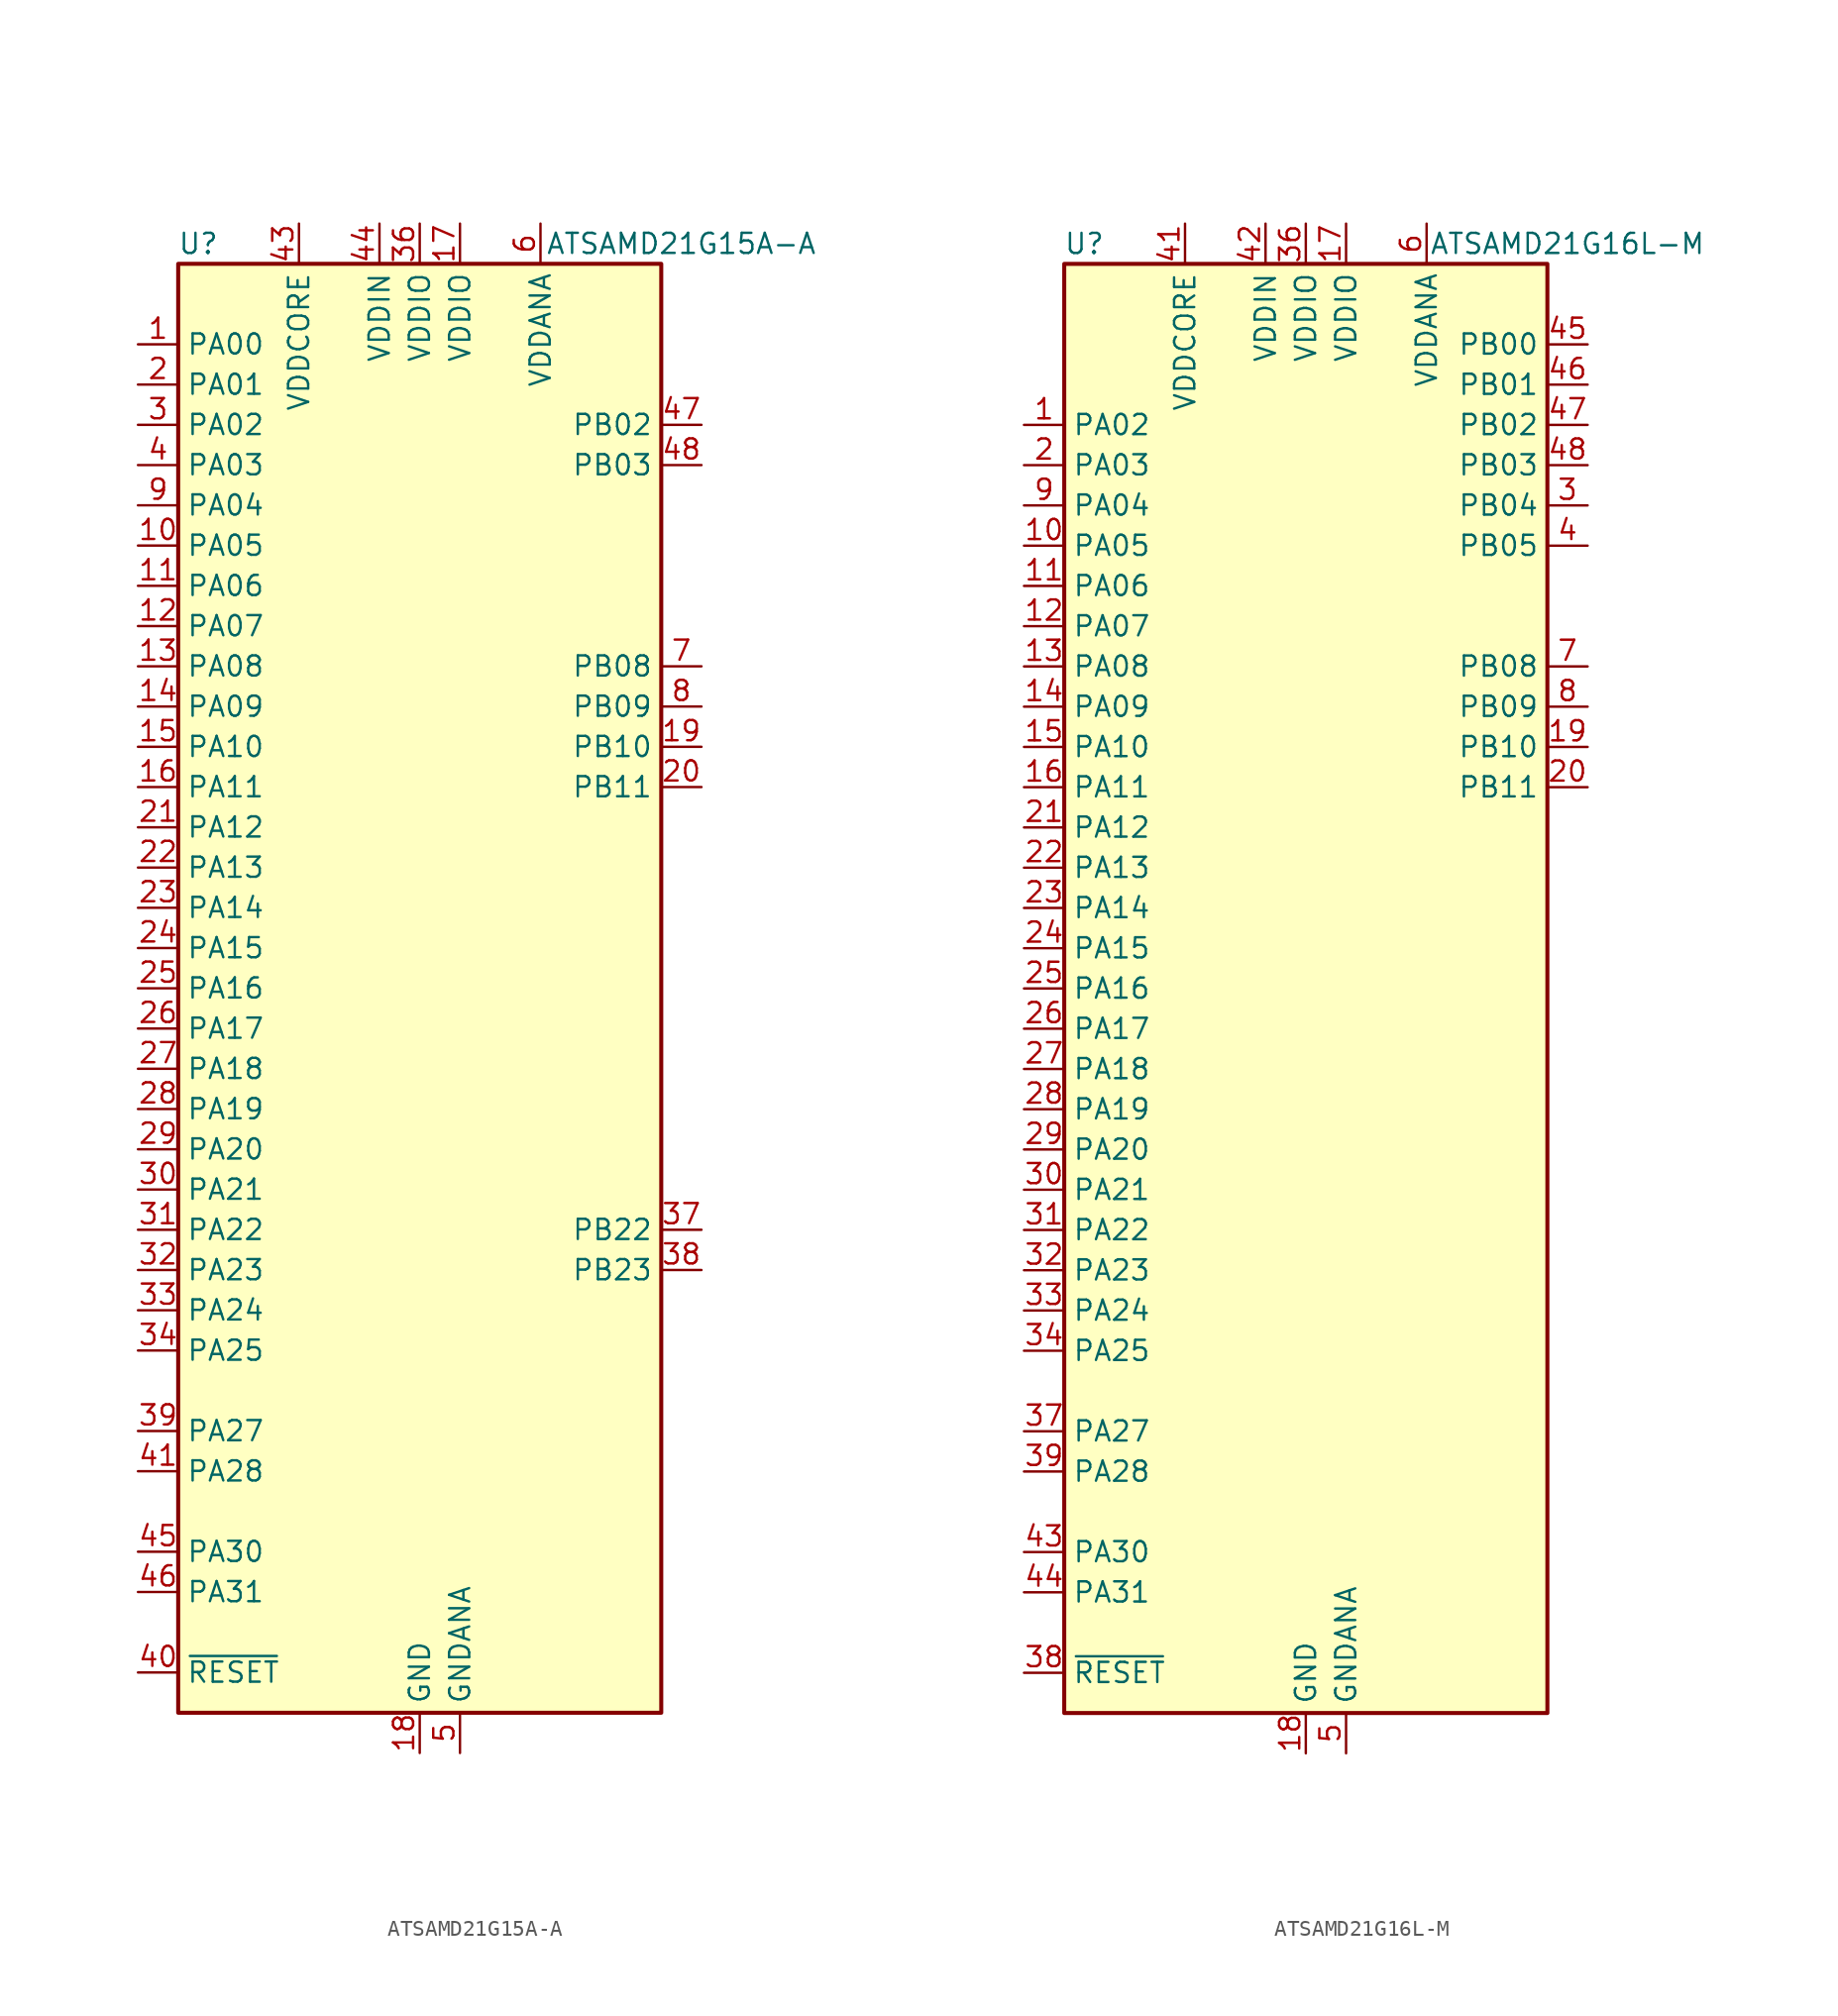
<source format=kicad_sym>
(kicad_symbol_lib
  (version 20200908)
  (generator kicad_symbol_editor)
  (symbol "MCU_Microchip_SAMD:ATSAMD21G15A-A"
    (property "Reference" "U"
      (at -13.97 46.99 0)
      (effects (font (size 1.27 1.27))))
    (property "Value" "ATSAMD21G15A-A"
      (at 16.51 46.99 0)
      (effects (font (size 1.27 1.27))))
    (symbol "ATSAMD21G15A-A_0_1"
      (rectangle (start -15.24 45.72) (end 15.24 -45.72) (stroke (width 0.254)) (fill (type background))))
    (symbol "ATSAMD21G15A-A_1_1"
      (pin bidirectional line (at -17.78 40.64 0) (length 2.54) (name "PA00" (effects (font (size 1.27 1.27)))) (number "1" (effects (font (size 1.27 1.27)))))
      (pin bidirectional line (at -17.78 27.94 0) (length 2.54) (name "PA05" (effects (font (size 1.27 1.27)))) (number "10" (effects (font (size 1.27 1.27)))))
      (pin bidirectional line (at -17.78 25.4 0) (length 2.54) (name "PA06" (effects (font (size 1.27 1.27)))) (number "11" (effects (font (size 1.27 1.27)))))
      (pin bidirectional line (at -17.78 22.86 0) (length 2.54) (name "PA07" (effects (font (size 1.27 1.27)))) (number "12" (effects (font (size 1.27 1.27)))))
      (pin bidirectional line (at -17.78 20.32 0) (length 2.54) (name "PA08" (effects (font (size 1.27 1.27)))) (number "13" (effects (font (size 1.27 1.27)))))
      (pin bidirectional line (at -17.78 17.78 0) (length 2.54) (name "PA09" (effects (font (size 1.27 1.27)))) (number "14" (effects (font (size 1.27 1.27)))))
      (pin bidirectional line (at -17.78 15.24 0) (length 2.54) (name "PA10" (effects (font (size 1.27 1.27)))) (number "15" (effects (font (size 1.27 1.27)))))
      (pin bidirectional line (at -17.78 12.7 0) (length 2.54) (name "PA11" (effects (font (size 1.27 1.27)))) (number "16" (effects (font (size 1.27 1.27)))))
      (pin power_in line (at 2.54 48.26 270) (length 2.54) (name "VDDIO" (effects (font (size 1.27 1.27)))) (number "17" (effects (font (size 1.27 1.27)))))
      (pin power_in line (at 0 -48.26 90) (length 2.54) (name "GND" (effects (font (size 1.27 1.27)))) (number "18" (effects (font (size 1.27 1.27)))))
      (pin bidirectional line (at 17.78 15.24 180) (length 2.54) (name "PB10" (effects (font (size 1.27 1.27)))) (number "19" (effects (font (size 1.27 1.27)))))
      (pin bidirectional line (at -17.78 38.1 0) (length 2.54) (name "PA01" (effects (font (size 1.27 1.27)))) (number "2" (effects (font (size 1.27 1.27)))))
      (pin bidirectional line (at 17.78 12.7 180) (length 2.54) (name "PB11" (effects (font (size 1.27 1.27)))) (number "20" (effects (font (size 1.27 1.27)))))
      (pin bidirectional line (at -17.78 10.16 0) (length 2.54) (name "PA12" (effects (font (size 1.27 1.27)))) (number "21" (effects (font (size 1.27 1.27)))))
      (pin bidirectional line (at -17.78 7.62 0) (length 2.54) (name "PA13" (effects (font (size 1.27 1.27)))) (number "22" (effects (font (size 1.27 1.27)))))
      (pin bidirectional line (at -17.78 5.08 0) (length 2.54) (name "PA14" (effects (font (size 1.27 1.27)))) (number "23" (effects (font (size 1.27 1.27)))))
      (pin bidirectional line (at -17.78 2.54 0) (length 2.54) (name "PA15" (effects (font (size 1.27 1.27)))) (number "24" (effects (font (size 1.27 1.27)))))
      (pin bidirectional line (at -17.78 0 0) (length 2.54) (name "PA16" (effects (font (size 1.27 1.27)))) (number "25" (effects (font (size 1.27 1.27)))))
      (pin bidirectional line (at -17.78 -2.54 0) (length 2.54) (name "PA17" (effects (font (size 1.27 1.27)))) (number "26" (effects (font (size 1.27 1.27)))))
      (pin bidirectional line (at -17.78 -5.08 0) (length 2.54) (name "PA18" (effects (font (size 1.27 1.27)))) (number "27" (effects (font (size 1.27 1.27)))))
      (pin bidirectional line (at -17.78 -7.62 0) (length 2.54) (name "PA19" (effects (font (size 1.27 1.27)))) (number "28" (effects (font (size 1.27 1.27)))))
      (pin bidirectional line (at -17.78 -10.16 0) (length 2.54) (name "PA20" (effects (font (size 1.27 1.27)))) (number "29" (effects (font (size 1.27 1.27)))))
      (pin bidirectional line (at -17.78 35.56 0) (length 2.54) (name "PA02" (effects (font (size 1.27 1.27)))) (number "3" (effects (font (size 1.27 1.27)))))
      (pin bidirectional line (at -17.78 -12.7 0) (length 2.54) (name "PA21" (effects (font (size 1.27 1.27)))) (number "30" (effects (font (size 1.27 1.27)))))
      (pin bidirectional line (at -17.78 -15.24 0) (length 2.54) (name "PA22" (effects (font (size 1.27 1.27)))) (number "31" (effects (font (size 1.27 1.27)))))
      (pin bidirectional line (at -17.78 -17.78 0) (length 2.54) (name "PA23" (effects (font (size 1.27 1.27)))) (number "32" (effects (font (size 1.27 1.27)))))
      (pin bidirectional line (at -17.78 -20.32 0) (length 2.54) (name "PA24" (effects (font (size 1.27 1.27)))) (number "33" (effects (font (size 1.27 1.27)))))
      (pin bidirectional line (at -17.78 -22.86 0) (length 2.54) (name "PA25" (effects (font (size 1.27 1.27)))) (number "34" (effects (font (size 1.27 1.27)))))
      (pin passive line (at 0 -48.26 90) (length 2.54) hide (name "GND" (effects (font (size 1.27 1.27)))) (number "35" (effects (font (size 1.27 1.27)))))
      (pin power_in line (at 0 48.26 270) (length 2.54) (name "VDDIO" (effects (font (size 1.27 1.27)))) (number "36" (effects (font (size 1.27 1.27)))))
      (pin bidirectional line (at 17.78 -15.24 180) (length 2.54) (name "PB22" (effects (font (size 1.27 1.27)))) (number "37" (effects (font (size 1.27 1.27)))))
      (pin bidirectional line (at 17.78 -17.78 180) (length 2.54) (name "PB23" (effects (font (size 1.27 1.27)))) (number "38" (effects (font (size 1.27 1.27)))))
      (pin bidirectional line (at -17.78 -27.94 0) (length 2.54) (name "PA27" (effects (font (size 1.27 1.27)))) (number "39" (effects (font (size 1.27 1.27)))))
      (pin bidirectional line (at -17.78 33.02 0) (length 2.54) (name "PA03" (effects (font (size 1.27 1.27)))) (number "4" (effects (font (size 1.27 1.27)))))
      (pin input line (at -17.78 -43.18 0) (length 2.54) (name "~RESET" (effects (font (size 1.27 1.27)))) (number "40" (effects (font (size 1.27 1.27)))))
      (pin bidirectional line (at -17.78 -30.48 0) (length 2.54) (name "PA28" (effects (font (size 1.27 1.27)))) (number "41" (effects (font (size 1.27 1.27)))))
      (pin passive line (at 0 -48.26 90) (length 2.54) hide (name "GND" (effects (font (size 1.27 1.27)))) (number "42" (effects (font (size 1.27 1.27)))))
      (pin power_out line (at -7.62 48.26 270) (length 2.54) (name "VDDCORE" (effects (font (size 1.27 1.27)))) (number "43" (effects (font (size 1.27 1.27)))))
      (pin power_in line (at -2.54 48.26 270) (length 2.54) (name "VDDIN" (effects (font (size 1.27 1.27)))) (number "44" (effects (font (size 1.27 1.27)))))
      (pin bidirectional line (at -17.78 -35.56 0) (length 2.54) (name "PA30" (effects (font (size 1.27 1.27)))) (number "45" (effects (font (size 1.27 1.27)))))
      (pin bidirectional line (at -17.78 -38.1 0) (length 2.54) (name "PA31" (effects (font (size 1.27 1.27)))) (number "46" (effects (font (size 1.27 1.27)))))
      (pin bidirectional line (at 17.78 35.56 180) (length 2.54) (name "PB02" (effects (font (size 1.27 1.27)))) (number "47" (effects (font (size 1.27 1.27)))))
      (pin bidirectional line (at 17.78 33.02 180) (length 2.54) (name "PB03" (effects (font (size 1.27 1.27)))) (number "48" (effects (font (size 1.27 1.27)))))
      (pin power_in line (at 2.54 -48.26 90) (length 2.54) (name "GNDANA" (effects (font (size 1.27 1.27)))) (number "5" (effects (font (size 1.27 1.27)))))
      (pin power_in line (at 7.62 48.26 270) (length 2.54) (name "VDDANA" (effects (font (size 1.27 1.27)))) (number "6" (effects (font (size 1.27 1.27)))))
      (pin bidirectional line (at 17.78 20.32 180) (length 2.54) (name "PB08" (effects (font (size 1.27 1.27)))) (number "7" (effects (font (size 1.27 1.27)))))
      (pin bidirectional line (at 17.78 17.78 180) (length 2.54) (name "PB09" (effects (font (size 1.27 1.27)))) (number "8" (effects (font (size 1.27 1.27)))))
      (pin bidirectional line (at -17.78 30.48 0) (length 2.54) (name "PA04" (effects (font (size 1.27 1.27)))) (number "9" (effects (font (size 1.27 1.27)))))))
  (symbol "MCU_Microchip_SAMD:ATSAMD21G16L-M"
    (property "Reference" "U"
      (at -13.97 46.99 0)
      (effects (font (size 1.27 1.27))))
    (property "Value" "ATSAMD21G16L-M"
      (at 16.51 46.99 0)
      (effects (font (size 1.27 1.27))))
    (symbol "ATSAMD21G16L-M_0_1"
      (rectangle (start -15.24 45.72) (end 15.24 -45.72) (stroke (width 0.254)) (fill (type background))))
    (symbol "ATSAMD21G16L-M_1_1"
      (pin bidirectional line (at -17.78 35.56 0) (length 2.54) (name "PA02" (effects (font (size 1.27 1.27)))) (number "1" (effects (font (size 1.27 1.27)))))
      (pin bidirectional line (at -17.78 27.94 0) (length 2.54) (name "PA05" (effects (font (size 1.27 1.27)))) (number "10" (effects (font (size 1.27 1.27)))))
      (pin bidirectional line (at -17.78 25.4 0) (length 2.54) (name "PA06" (effects (font (size 1.27 1.27)))) (number "11" (effects (font (size 1.27 1.27)))))
      (pin bidirectional line (at -17.78 22.86 0) (length 2.54) (name "PA07" (effects (font (size 1.27 1.27)))) (number "12" (effects (font (size 1.27 1.27)))))
      (pin bidirectional line (at -17.78 20.32 0) (length 2.54) (name "PA08" (effects (font (size 1.27 1.27)))) (number "13" (effects (font (size 1.27 1.27)))))
      (pin bidirectional line (at -17.78 17.78 0) (length 2.54) (name "PA09" (effects (font (size 1.27 1.27)))) (number "14" (effects (font (size 1.27 1.27)))))
      (pin bidirectional line (at -17.78 15.24 0) (length 2.54) (name "PA10" (effects (font (size 1.27 1.27)))) (number "15" (effects (font (size 1.27 1.27)))))
      (pin bidirectional line (at -17.78 12.7 0) (length 2.54) (name "PA11" (effects (font (size 1.27 1.27)))) (number "16" (effects (font (size 1.27 1.27)))))
      (pin power_in line (at 2.54 48.26 270) (length 2.54) (name "VDDIO" (effects (font (size 1.27 1.27)))) (number "17" (effects (font (size 1.27 1.27)))))
      (pin power_in line (at 0 -48.26 90) (length 2.54) (name "GND" (effects (font (size 1.27 1.27)))) (number "18" (effects (font (size 1.27 1.27)))))
      (pin bidirectional line (at 17.78 15.24 180) (length 2.54) (name "PB10" (effects (font (size 1.27 1.27)))) (number "19" (effects (font (size 1.27 1.27)))))
      (pin bidirectional line (at -17.78 33.02 0) (length 2.54) (name "PA03" (effects (font (size 1.27 1.27)))) (number "2" (effects (font (size 1.27 1.27)))))
      (pin bidirectional line (at 17.78 12.7 180) (length 2.54) (name "PB11" (effects (font (size 1.27 1.27)))) (number "20" (effects (font (size 1.27 1.27)))))
      (pin bidirectional line (at -17.78 10.16 0) (length 2.54) (name "PA12" (effects (font (size 1.27 1.27)))) (number "21" (effects (font (size 1.27 1.27)))))
      (pin bidirectional line (at -17.78 7.62 0) (length 2.54) (name "PA13" (effects (font (size 1.27 1.27)))) (number "22" (effects (font (size 1.27 1.27)))))
      (pin bidirectional line (at -17.78 5.08 0) (length 2.54) (name "PA14" (effects (font (size 1.27 1.27)))) (number "23" (effects (font (size 1.27 1.27)))))
      (pin bidirectional line (at -17.78 2.54 0) (length 2.54) (name "PA15" (effects (font (size 1.27 1.27)))) (number "24" (effects (font (size 1.27 1.27)))))
      (pin bidirectional line (at -17.78 0 0) (length 2.54) (name "PA16" (effects (font (size 1.27 1.27)))) (number "25" (effects (font (size 1.27 1.27)))))
      (pin bidirectional line (at -17.78 -2.54 0) (length 2.54) (name "PA17" (effects (font (size 1.27 1.27)))) (number "26" (effects (font (size 1.27 1.27)))))
      (pin bidirectional line (at -17.78 -5.08 0) (length 2.54) (name "PA18" (effects (font (size 1.27 1.27)))) (number "27" (effects (font (size 1.27 1.27)))))
      (pin bidirectional line (at -17.78 -7.62 0) (length 2.54) (name "PA19" (effects (font (size 1.27 1.27)))) (number "28" (effects (font (size 1.27 1.27)))))
      (pin bidirectional line (at -17.78 -10.16 0) (length 2.54) (name "PA20" (effects (font (size 1.27 1.27)))) (number "29" (effects (font (size 1.27 1.27)))))
      (pin bidirectional line (at 17.78 30.48 180) (length 2.54) (name "PB04" (effects (font (size 1.27 1.27)))) (number "3" (effects (font (size 1.27 1.27)))))
      (pin bidirectional line (at -17.78 -12.7 0) (length 2.54) (name "PA21" (effects (font (size 1.27 1.27)))) (number "30" (effects (font (size 1.27 1.27)))))
      (pin bidirectional line (at -17.78 -15.24 0) (length 2.54) (name "PA22" (effects (font (size 1.27 1.27)))) (number "31" (effects (font (size 1.27 1.27)))))
      (pin bidirectional line (at -17.78 -17.78 0) (length 2.54) (name "PA23" (effects (font (size 1.27 1.27)))) (number "32" (effects (font (size 1.27 1.27)))))
      (pin bidirectional line (at -17.78 -20.32 0) (length 2.54) (name "PA24" (effects (font (size 1.27 1.27)))) (number "33" (effects (font (size 1.27 1.27)))))
      (pin bidirectional line (at -17.78 -22.86 0) (length 2.54) (name "PA25" (effects (font (size 1.27 1.27)))) (number "34" (effects (font (size 1.27 1.27)))))
      (pin passive line (at 0 -48.26 90) (length 2.54) hide (name "GND" (effects (font (size 1.27 1.27)))) (number "35" (effects (font (size 1.27 1.27)))))
      (pin power_in line (at 0 48.26 270) (length 2.54) (name "VDDIO" (effects (font (size 1.27 1.27)))) (number "36" (effects (font (size 1.27 1.27)))))
      (pin bidirectional line (at -17.78 -27.94 0) (length 2.54) (name "PA27" (effects (font (size 1.27 1.27)))) (number "37" (effects (font (size 1.27 1.27)))))
      (pin input line (at -17.78 -43.18 0) (length 2.54) (name "~RESET" (effects (font (size 1.27 1.27)))) (number "38" (effects (font (size 1.27 1.27)))))
      (pin bidirectional line (at -17.78 -30.48 0) (length 2.54) (name "PA28" (effects (font (size 1.27 1.27)))) (number "39" (effects (font (size 1.27 1.27)))))
      (pin bidirectional line (at 17.78 27.94 180) (length 2.54) (name "PB05" (effects (font (size 1.27 1.27)))) (number "4" (effects (font (size 1.27 1.27)))))
      (pin passive line (at 0 -48.26 90) (length 2.54) hide (name "GND" (effects (font (size 1.27 1.27)))) (number "40" (effects (font (size 1.27 1.27)))))
      (pin power_out line (at -7.62 48.26 270) (length 2.54) (name "VDDCORE" (effects (font (size 1.27 1.27)))) (number "41" (effects (font (size 1.27 1.27)))))
      (pin power_in line (at -2.54 48.26 270) (length 2.54) (name "VDDIN" (effects (font (size 1.27 1.27)))) (number "42" (effects (font (size 1.27 1.27)))))
      (pin bidirectional line (at -17.78 -35.56 0) (length 2.54) (name "PA30" (effects (font (size 1.27 1.27)))) (number "43" (effects (font (size 1.27 1.27)))))
      (pin bidirectional line (at -17.78 -38.1 0) (length 2.54) (name "PA31" (effects (font (size 1.27 1.27)))) (number "44" (effects (font (size 1.27 1.27)))))
      (pin bidirectional line (at 17.78 40.64 180) (length 2.54) (name "PB00" (effects (font (size 1.27 1.27)))) (number "45" (effects (font (size 1.27 1.27)))))
      (pin bidirectional line (at 17.78 38.1 180) (length 2.54) (name "PB01" (effects (font (size 1.27 1.27)))) (number "46" (effects (font (size 1.27 1.27)))))
      (pin bidirectional line (at 17.78 35.56 180) (length 2.54) (name "PB02" (effects (font (size 1.27 1.27)))) (number "47" (effects (font (size 1.27 1.27)))))
      (pin bidirectional line (at 17.78 33.02 180) (length 2.54) (name "PB03" (effects (font (size 1.27 1.27)))) (number "48" (effects (font (size 1.27 1.27)))))
      (pin unconnected line (at 15.24 -43.18 180) (length 2.54) hide (name "EP" (effects (font (size 1.27 1.27)))) (number "49" (effects (font (size 1.27 1.27)))))
      (pin power_in line (at 2.54 -48.26 90) (length 2.54) (name "GNDANA" (effects (font (size 1.27 1.27)))) (number "5" (effects (font (size 1.27 1.27)))))
      (pin power_in line (at 7.62 48.26 270) (length 2.54) (name "VDDANA" (effects (font (size 1.27 1.27)))) (number "6" (effects (font (size 1.27 1.27)))))
      (pin bidirectional line (at 17.78 20.32 180) (length 2.54) (name "PB08" (effects (font (size 1.27 1.27)))) (number "7" (effects (font (size 1.27 1.27)))))
      (pin bidirectional line (at 17.78 17.78 180) (length 2.54) (name "PB09" (effects (font (size 1.27 1.27)))) (number "8" (effects (font (size 1.27 1.27)))))
      (pin bidirectional line (at -17.78 30.48 0) (length 2.54) (name "PA04" (effects (font (size 1.27 1.27)))) (number "9" (effects (font (size 1.27 1.27))))))))
</source>
